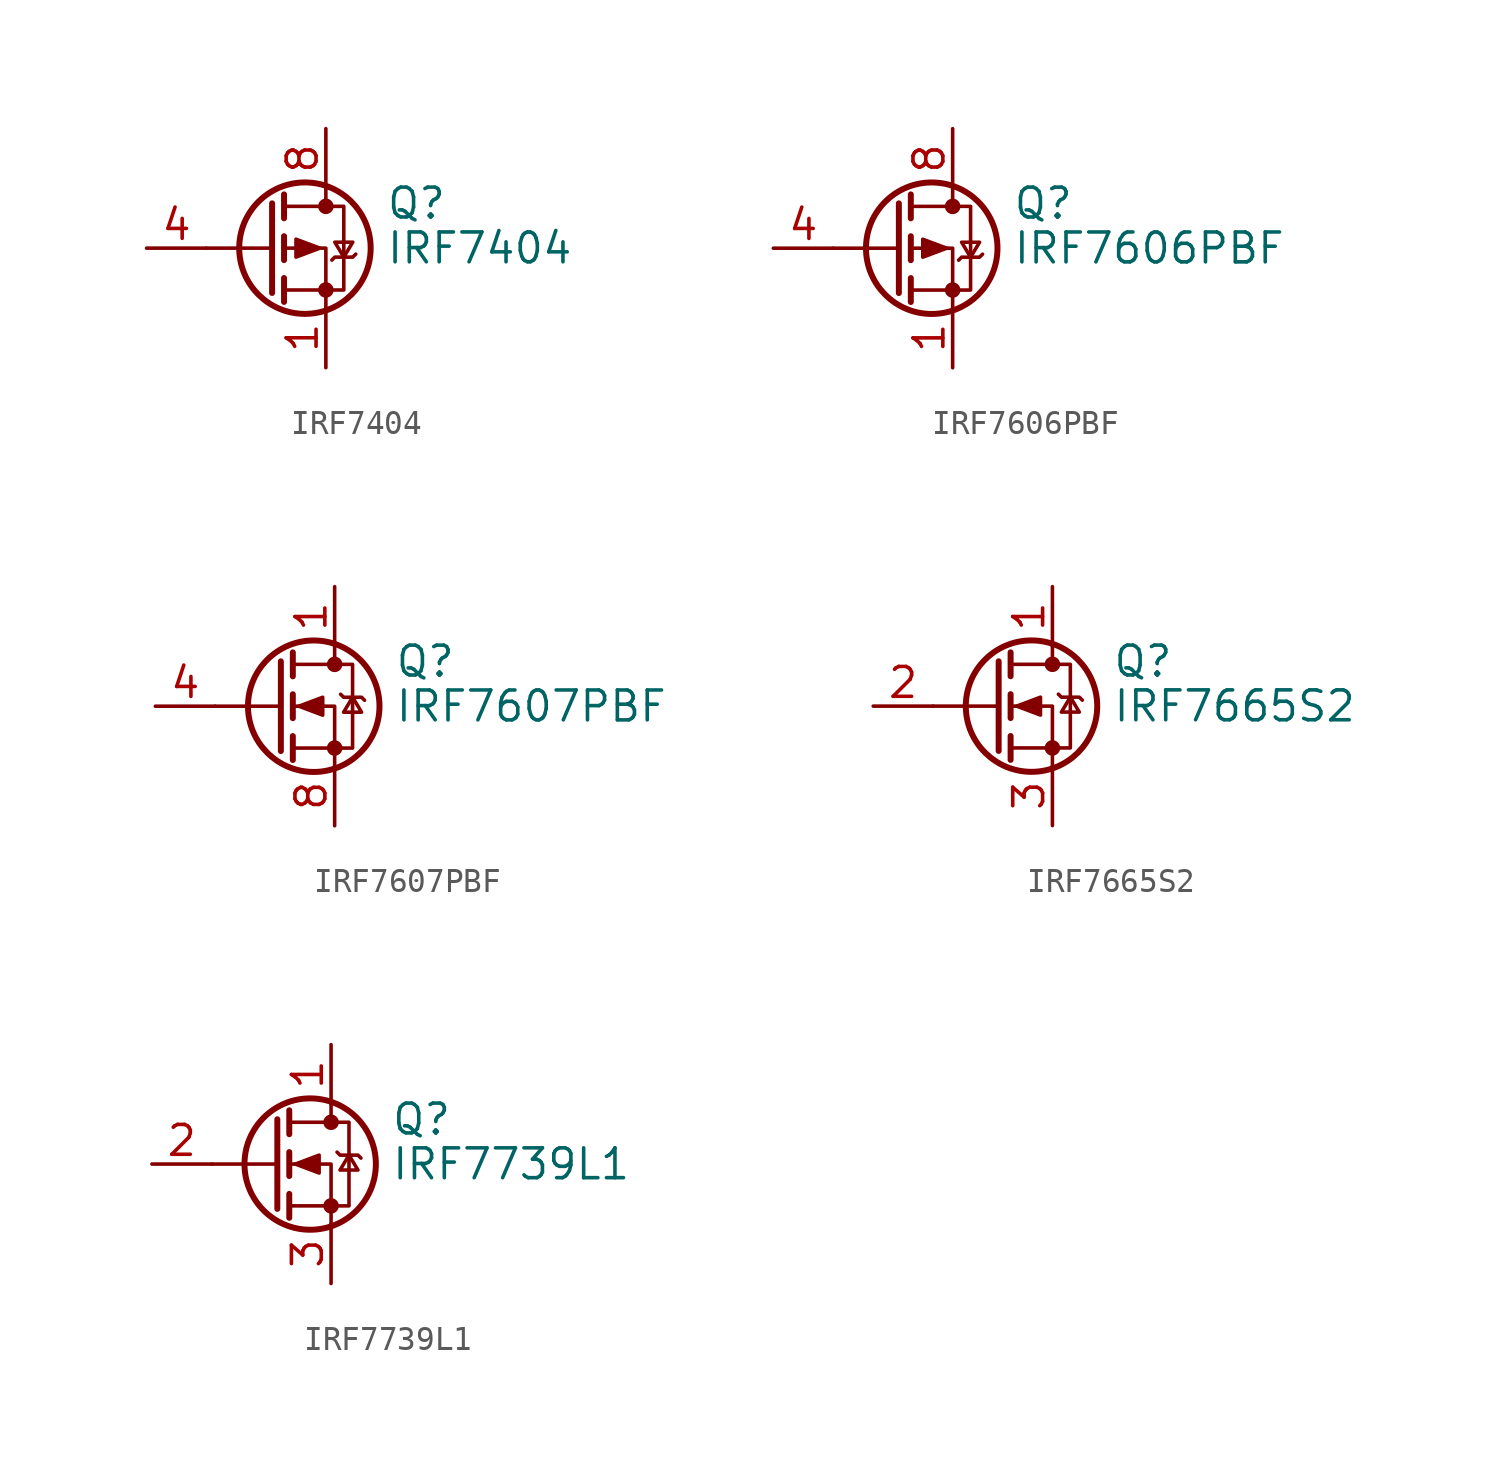
<source format=kicad_sym>
(kicad_symbol_lib
  (version 20200908)
  (generator kicad_symbol_editor)
  (symbol "Transistor_FET:IRF7404"
    (pin_names hide)
    (property "Reference" "Q"
      (at 5.08 1.905 0)
      (effects (font (size 1.27 1.27)) (justify left)))
    (property "Value" "IRF7404"
      (at 5.08 0 0)
      (effects (font (size 1.27 1.27)) (justify left)))
    (symbol "IRF7404_0_1"
      (circle (center 1.651 0) (radius 2.794) (stroke (width 0.254)) (fill (type none)))
      (circle (center 2.54 -1.778) (radius 0.254) (stroke (width 0)) (fill (type outline)))
      (circle (center 2.54 1.778) (radius 0.254) (stroke (width 0)) (fill (type outline)))
      (polyline (pts (xy 0.254 0) (xy -2.54 0)) (stroke (width 0)) (fill (type none)))
      (polyline (pts (xy 0.254 1.905) (xy 0.254 -1.905)) (stroke (width 0.254)) (fill (type none)))
      (polyline (pts (xy 0.762 -1.27) (xy 0.762 -2.286)) (stroke (width 0.254)) (fill (type none)))
      (polyline (pts (xy 0.762 0.508) (xy 0.762 -0.508)) (stroke (width 0.254)) (fill (type none)))
      (polyline (pts (xy 0.762 2.286) (xy 0.762 1.27)) (stroke (width 0.254)) (fill (type none)))
      (polyline (pts (xy 2.54 2.54) (xy 2.54 1.778)) (stroke (width 0)) (fill (type none)))
      (polyline (pts (xy 2.54 -2.54) (xy 2.54 0) (xy 0.762 0)) (stroke (width 0)) (fill (type none)))
      (polyline (pts (xy 0.762 1.778) (xy 3.302 1.778) (xy 3.302 -1.778) (xy 0.762 -1.778)) (stroke (width 0)) (fill (type none)))
      (polyline (pts (xy 2.286 0) (xy 1.27 0.381) (xy 1.27 -0.381) (xy 2.286 0)) (stroke (width 0)) (fill (type outline)))
      (polyline (pts (xy 2.794 -0.508) (xy 2.921 -0.381) (xy 3.683 -0.381) (xy 3.81 -0.254)) (stroke (width 0)) (fill (type none)))
      (polyline (pts (xy 3.302 -0.381) (xy 2.921 0.254) (xy 3.683 0.254) (xy 3.302 -0.381)) (stroke (width 0)) (fill (type none))))
    (symbol "IRF7404_1_1"
      (pin passive line (at 2.54 -5.08 90) (length 2.54) (name "S" (effects (font (size 1.27 1.27)))) (number "1" (effects (font (size 1.27 1.27)))))
      (pin passive line (at 2.54 -5.08 90) (length 2.54) hide (name "S" (effects (font (size 1.27 1.27)))) (number "2" (effects (font (size 1.27 1.27)))))
      (pin passive line (at 2.54 -5.08 90) (length 2.54) hide (name "S" (effects (font (size 1.27 1.27)))) (number "3" (effects (font (size 1.27 1.27)))))
      (pin passive line (at -5.08 0 0) (length 2.54) (name "G" (effects (font (size 1.27 1.27)))) (number "4" (effects (font (size 1.27 1.27)))))
      (pin passive line (at 2.54 5.08 270) (length 2.54) hide (name "D" (effects (font (size 1.27 1.27)))) (number "5" (effects (font (size 1.27 1.27)))))
      (pin passive line (at 2.54 5.08 270) (length 2.54) hide (name "D" (effects (font (size 1.27 1.27)))) (number "6" (effects (font (size 1.27 1.27)))))
      (pin passive line (at 2.54 5.08 270) (length 2.54) hide (name "D" (effects (font (size 1.27 1.27)))) (number "7" (effects (font (size 1.27 1.27)))))
      (pin passive line (at 2.54 5.08 270) (length 2.54) (name "D" (effects (font (size 1.27 1.27)))) (number "8" (effects (font (size 1.27 1.27)))))))
  (symbol "Transistor_FET:IRF7606PBF"
    (pin_names hide)
    (property "Reference" "Q"
      (at 5.08 1.905 0)
      (effects (font (size 1.27 1.27)) (justify left)))
    (property "Value" "IRF7606PBF"
      (at 5.08 0 0)
      (effects (font (size 1.27 1.27)) (justify left)))
    (symbol "IRF7606PBF_0_1"
      (circle (center 1.651 0) (radius 2.794) (stroke (width 0.254)) (fill (type none)))
      (circle (center 2.54 -1.778) (radius 0.254) (stroke (width 0)) (fill (type outline)))
      (circle (center 2.54 1.778) (radius 0.254) (stroke (width 0)) (fill (type outline)))
      (polyline (pts (xy 0.254 0) (xy -2.54 0)) (stroke (width 0)) (fill (type none)))
      (polyline (pts (xy 0.254 1.905) (xy 0.254 -1.905)) (stroke (width 0.254)) (fill (type none)))
      (polyline (pts (xy 0.762 -1.27) (xy 0.762 -2.286)) (stroke (width 0.254)) (fill (type none)))
      (polyline (pts (xy 0.762 0.508) (xy 0.762 -0.508)) (stroke (width 0.254)) (fill (type none)))
      (polyline (pts (xy 0.762 2.286) (xy 0.762 1.27)) (stroke (width 0.254)) (fill (type none)))
      (polyline (pts (xy 2.54 2.54) (xy 2.54 1.778)) (stroke (width 0)) (fill (type none)))
      (polyline (pts (xy 2.54 -2.54) (xy 2.54 0) (xy 0.762 0)) (stroke (width 0)) (fill (type none)))
      (polyline (pts (xy 0.762 1.778) (xy 3.302 1.778) (xy 3.302 -1.778) (xy 0.762 -1.778)) (stroke (width 0)) (fill (type none)))
      (polyline (pts (xy 2.286 0) (xy 1.27 0.381) (xy 1.27 -0.381) (xy 2.286 0)) (stroke (width 0)) (fill (type outline)))
      (polyline (pts (xy 2.794 -0.508) (xy 2.921 -0.381) (xy 3.683 -0.381) (xy 3.81 -0.254)) (stroke (width 0)) (fill (type none)))
      (polyline (pts (xy 3.302 -0.381) (xy 2.921 0.254) (xy 3.683 0.254) (xy 3.302 -0.381)) (stroke (width 0)) (fill (type none))))
    (symbol "IRF7606PBF_1_1"
      (pin passive line (at 2.54 -5.08 90) (length 2.54) (name "S" (effects (font (size 1.27 1.27)))) (number "1" (effects (font (size 1.27 1.27)))))
      (pin passive line (at 2.54 -5.08 90) (length 2.54) hide (name "S" (effects (font (size 1.27 1.27)))) (number "2" (effects (font (size 1.27 1.27)))))
      (pin passive line (at 2.54 -5.08 90) (length 2.54) hide (name "S" (effects (font (size 1.27 1.27)))) (number "3" (effects (font (size 1.27 1.27)))))
      (pin passive line (at -5.08 0 0) (length 2.54) (name "G" (effects (font (size 1.27 1.27)))) (number "4" (effects (font (size 1.27 1.27)))))
      (pin passive line (at 2.54 5.08 270) (length 2.54) hide (name "D" (effects (font (size 1.27 1.27)))) (number "5" (effects (font (size 1.27 1.27)))))
      (pin passive line (at 2.54 5.08 270) (length 2.54) hide (name "D" (effects (font (size 1.27 1.27)))) (number "6" (effects (font (size 1.27 1.27)))))
      (pin passive line (at 2.54 5.08 270) (length 2.54) hide (name "D" (effects (font (size 1.27 1.27)))) (number "7" (effects (font (size 1.27 1.27)))))
      (pin passive line (at 2.54 5.08 270) (length 2.54) (name "D" (effects (font (size 1.27 1.27)))) (number "8" (effects (font (size 1.27 1.27)))))))
  (symbol "Transistor_FET:IRF7607PBF"
    (pin_names hide)
    (property "Reference" "Q"
      (at 5.08 1.905 0)
      (effects (font (size 1.27 1.27)) (justify left)))
    (property "Value" "IRF7607PBF"
      (at 5.08 0 0)
      (effects (font (size 1.27 1.27)) (justify left)))
    (symbol "IRF7607PBF_0_1"
      (circle (center 1.651 0) (radius 2.794) (stroke (width 0.254)) (fill (type none)))
      (circle (center 2.54 -1.778) (radius 0.254) (stroke (width 0)) (fill (type outline)))
      (circle (center 2.54 1.778) (radius 0.254) (stroke (width 0)) (fill (type outline)))
      (polyline (pts (xy 0.254 0) (xy -2.54 0)) (stroke (width 0)) (fill (type none)))
      (polyline (pts (xy 0.254 1.905) (xy 0.254 -1.905)) (stroke (width 0.254)) (fill (type none)))
      (polyline (pts (xy 0.762 -1.27) (xy 0.762 -2.286)) (stroke (width 0.254)) (fill (type none)))
      (polyline (pts (xy 0.762 0.508) (xy 0.762 -0.508)) (stroke (width 0.254)) (fill (type none)))
      (polyline (pts (xy 0.762 2.286) (xy 0.762 1.27)) (stroke (width 0.254)) (fill (type none)))
      (polyline (pts (xy 2.54 2.54) (xy 2.54 1.778)) (stroke (width 0)) (fill (type none)))
      (polyline (pts (xy 2.54 -2.54) (xy 2.54 0) (xy 0.762 0)) (stroke (width 0)) (fill (type none)))
      (polyline (pts (xy 0.762 -1.778) (xy 3.302 -1.778) (xy 3.302 1.778) (xy 0.762 1.778)) (stroke (width 0)) (fill (type none)))
      (polyline (pts (xy 1.016 0) (xy 2.032 0.381) (xy 2.032 -0.381) (xy 1.016 0)) (stroke (width 0)) (fill (type outline)))
      (polyline (pts (xy 2.794 0.508) (xy 2.921 0.381) (xy 3.683 0.381) (xy 3.81 0.254)) (stroke (width 0)) (fill (type none)))
      (polyline (pts (xy 3.302 0.381) (xy 2.921 -0.254) (xy 3.683 -0.254) (xy 3.302 0.381)) (stroke (width 0)) (fill (type none))))
    (symbol "IRF7607PBF_1_1"
      (pin passive line (at 2.54 5.08 270) (length 2.54) (name "S" (effects (font (size 1.27 1.27)))) (number "1" (effects (font (size 1.27 1.27)))))
      (pin passive line (at 2.54 5.08 270) (length 2.54) hide (name "S" (effects (font (size 1.27 1.27)))) (number "2" (effects (font (size 1.27 1.27)))))
      (pin passive line (at 2.54 5.08 270) (length 2.54) hide (name "S" (effects (font (size 1.27 1.27)))) (number "3" (effects (font (size 1.27 1.27)))))
      (pin passive line (at -5.08 0 0) (length 2.54) (name "G" (effects (font (size 1.27 1.27)))) (number "4" (effects (font (size 1.27 1.27)))))
      (pin passive line (at 2.54 -5.08 90) (length 2.54) hide (name "D" (effects (font (size 1.27 1.27)))) (number "5" (effects (font (size 1.27 1.27)))))
      (pin passive line (at 2.54 -5.08 90) (length 2.54) hide (name "D" (effects (font (size 1.27 1.27)))) (number "6" (effects (font (size 1.27 1.27)))))
      (pin passive line (at 2.54 -5.08 90) (length 2.54) hide (name "D" (effects (font (size 1.27 1.27)))) (number "7" (effects (font (size 1.27 1.27)))))
      (pin passive line (at 2.54 -5.08 90) (length 2.54) (name "D" (effects (font (size 1.27 1.27)))) (number "8" (effects (font (size 1.27 1.27)))))))
  (symbol "Transistor_FET:IRF7665S2"
    (pin_names hide)
    (property "Reference" "Q"
      (at 5.08 1.905 0)
      (effects (font (size 1.27 1.27)) (justify left)))
    (property "Value" "IRF7665S2"
      (at 5.08 0 0)
      (effects (font (size 1.27 1.27)) (justify left)))
    (symbol "IRF7665S2_0_1"
      (circle (center 1.651 0) (radius 2.794) (stroke (width 0.254)) (fill (type none)))
      (circle (center 2.54 -1.778) (radius 0.254) (stroke (width 0)) (fill (type outline)))
      (circle (center 2.54 1.778) (radius 0.254) (stroke (width 0)) (fill (type outline)))
      (polyline (pts (xy 0.254 0) (xy -2.54 0)) (stroke (width 0)) (fill (type none)))
      (polyline (pts (xy 0.254 1.905) (xy 0.254 -1.905)) (stroke (width 0.254)) (fill (type none)))
      (polyline (pts (xy 0.762 -1.27) (xy 0.762 -2.286)) (stroke (width 0.254)) (fill (type none)))
      (polyline (pts (xy 0.762 0.508) (xy 0.762 -0.508)) (stroke (width 0.254)) (fill (type none)))
      (polyline (pts (xy 0.762 2.286) (xy 0.762 1.27)) (stroke (width 0.254)) (fill (type none)))
      (polyline (pts (xy 2.54 2.54) (xy 2.54 1.778)) (stroke (width 0)) (fill (type none)))
      (polyline (pts (xy 2.54 -2.54) (xy 2.54 0) (xy 0.762 0)) (stroke (width 0)) (fill (type none)))
      (polyline (pts (xy 0.762 -1.778) (xy 3.302 -1.778) (xy 3.302 1.778) (xy 0.762 1.778)) (stroke (width 0)) (fill (type none)))
      (polyline (pts (xy 1.016 0) (xy 2.032 0.381) (xy 2.032 -0.381) (xy 1.016 0)) (stroke (width 0)) (fill (type outline)))
      (polyline (pts (xy 2.794 0.508) (xy 2.921 0.381) (xy 3.683 0.381) (xy 3.81 0.254)) (stroke (width 0)) (fill (type none)))
      (polyline (pts (xy 3.302 0.381) (xy 2.921 -0.254) (xy 3.683 -0.254) (xy 3.302 0.381)) (stroke (width 0)) (fill (type none))))
    (symbol "IRF7665S2_1_1"
      (pin passive line (at 2.54 5.08 270) (length 2.54) (name "D" (effects (font (size 1.27 1.27)))) (number "1" (effects (font (size 1.27 1.27)))))
      (pin input line (at -5.08 0 0) (length 2.54) (name "G" (effects (font (size 1.27 1.27)))) (number "2" (effects (font (size 1.27 1.27)))))
      (pin passive line (at 2.54 -5.08 90) (length 2.54) (name "S" (effects (font (size 1.27 1.27)))) (number "3" (effects (font (size 1.27 1.27)))))))
  (symbol "Transistor_FET:IRF7739L1"
    (pin_names hide)
    (property "Reference" "Q"
      (at 5.08 1.905 0)
      (effects (font (size 1.27 1.27)) (justify left)))
    (property "Value" "IRF7739L1"
      (at 5.08 0 0)
      (effects (font (size 1.27 1.27)) (justify left)))
    (symbol "IRF7739L1_0_1"
      (circle (center 1.651 0) (radius 2.794) (stroke (width 0.254)) (fill (type none)))
      (circle (center 2.54 -1.778) (radius 0.254) (stroke (width 0)) (fill (type outline)))
      (circle (center 2.54 1.778) (radius 0.254) (stroke (width 0)) (fill (type outline)))
      (polyline (pts (xy 0.254 0) (xy -2.54 0)) (stroke (width 0)) (fill (type none)))
      (polyline (pts (xy 0.254 1.905) (xy 0.254 -1.905)) (stroke (width 0.254)) (fill (type none)))
      (polyline (pts (xy 0.762 -1.27) (xy 0.762 -2.286)) (stroke (width 0.254)) (fill (type none)))
      (polyline (pts (xy 0.762 0.508) (xy 0.762 -0.508)) (stroke (width 0.254)) (fill (type none)))
      (polyline (pts (xy 0.762 2.286) (xy 0.762 1.27)) (stroke (width 0.254)) (fill (type none)))
      (polyline (pts (xy 2.54 2.54) (xy 2.54 1.778)) (stroke (width 0)) (fill (type none)))
      (polyline (pts (xy 2.54 -2.54) (xy 2.54 0) (xy 0.762 0)) (stroke (width 0)) (fill (type none)))
      (polyline (pts (xy 0.762 -1.778) (xy 3.302 -1.778) (xy 3.302 1.778) (xy 0.762 1.778)) (stroke (width 0)) (fill (type none)))
      (polyline (pts (xy 1.016 0) (xy 2.032 0.381) (xy 2.032 -0.381) (xy 1.016 0)) (stroke (width 0)) (fill (type outline)))
      (polyline (pts (xy 2.794 0.508) (xy 2.921 0.381) (xy 3.683 0.381) (xy 3.81 0.254)) (stroke (width 0)) (fill (type none)))
      (polyline (pts (xy 3.302 0.381) (xy 2.921 -0.254) (xy 3.683 -0.254) (xy 3.302 0.381)) (stroke (width 0)) (fill (type none))))
    (symbol "IRF7739L1_1_1"
      (pin passive line (at 2.54 5.08 270) (length 2.54) (name "D" (effects (font (size 1.27 1.27)))) (number "1" (effects (font (size 1.27 1.27)))))
      (pin input line (at -5.08 0 0) (length 2.54) (name "G" (effects (font (size 1.27 1.27)))) (number "2" (effects (font (size 1.27 1.27)))))
      (pin passive line (at 2.54 -5.08 90) (length 2.54) (name "S" (effects (font (size 1.27 1.27)))) (number "3" (effects (font (size 1.27 1.27))))))))
</source>
